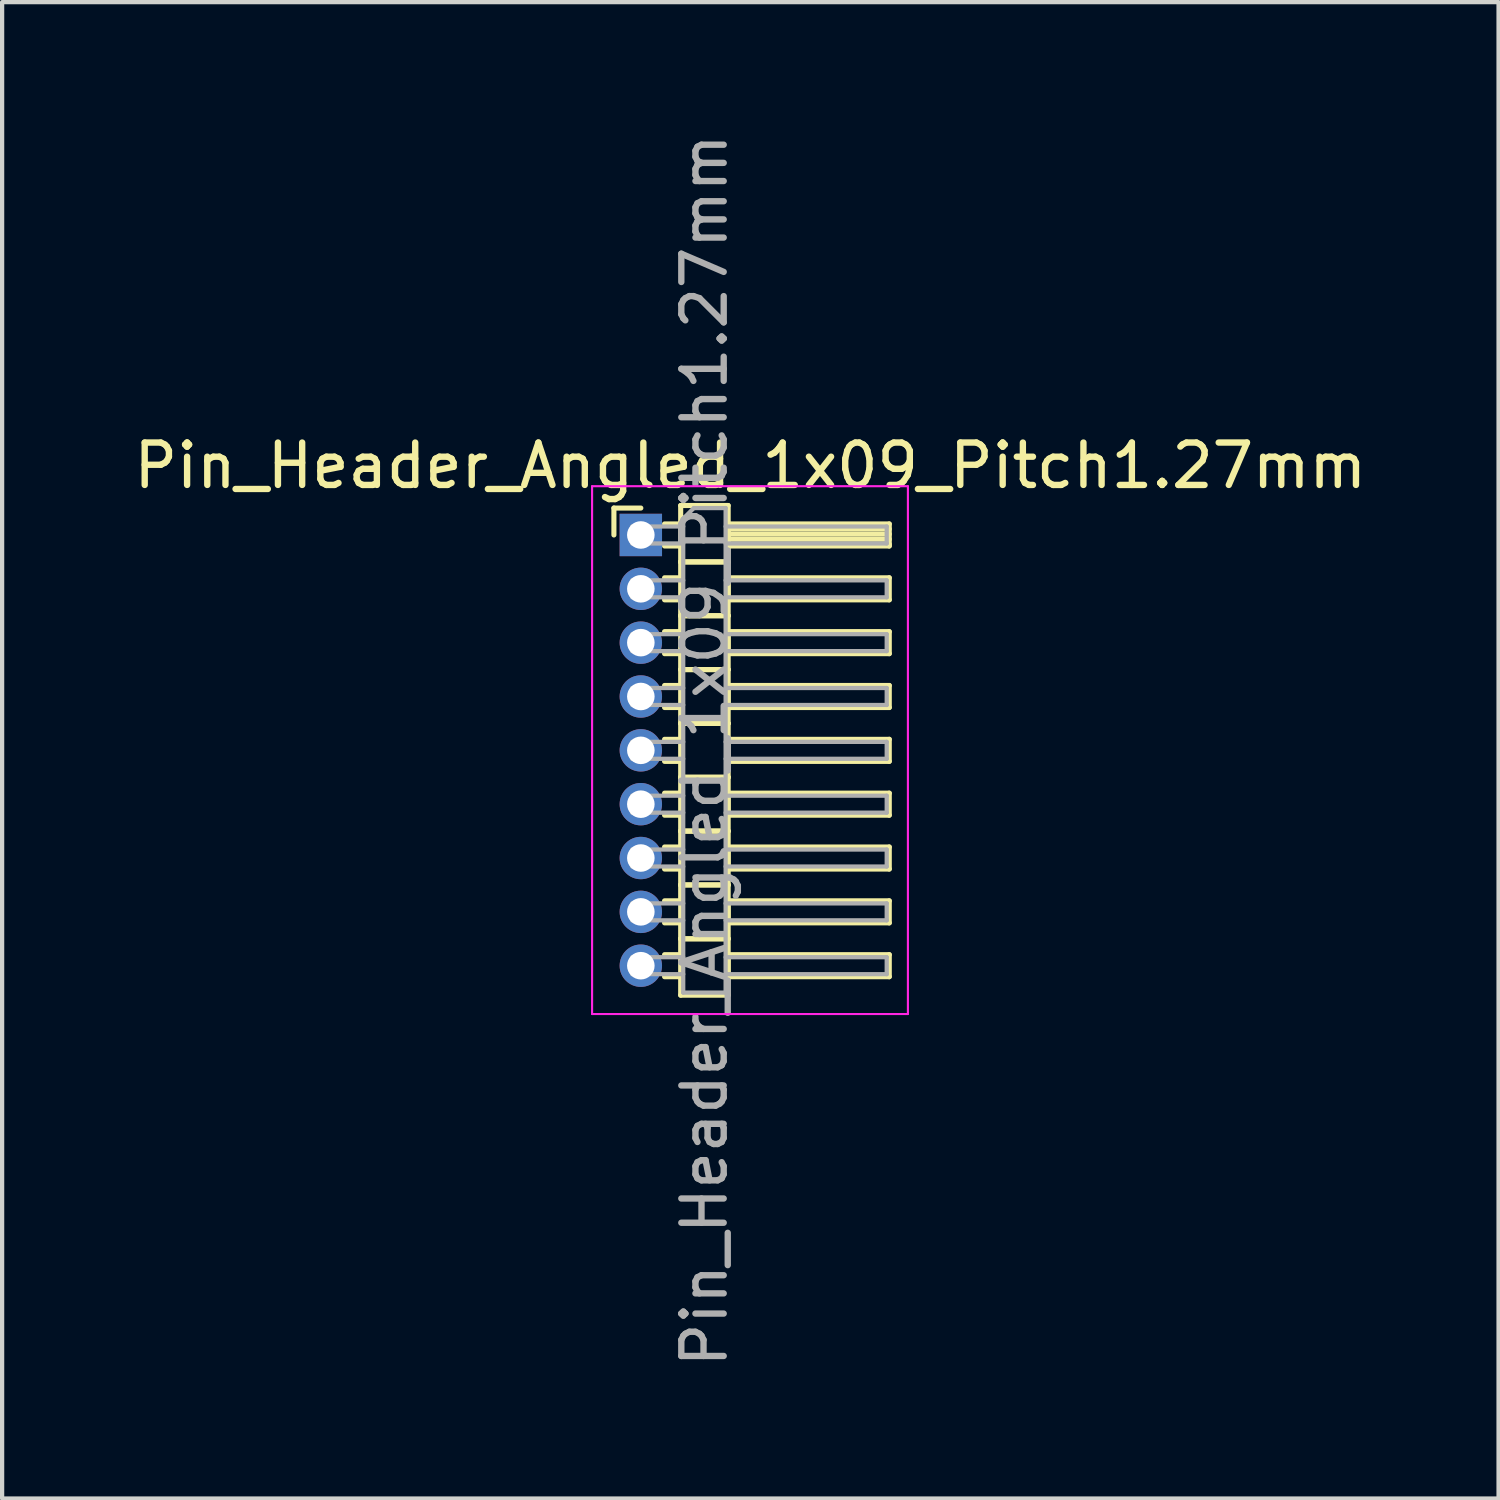
<source format=kicad_pcb>
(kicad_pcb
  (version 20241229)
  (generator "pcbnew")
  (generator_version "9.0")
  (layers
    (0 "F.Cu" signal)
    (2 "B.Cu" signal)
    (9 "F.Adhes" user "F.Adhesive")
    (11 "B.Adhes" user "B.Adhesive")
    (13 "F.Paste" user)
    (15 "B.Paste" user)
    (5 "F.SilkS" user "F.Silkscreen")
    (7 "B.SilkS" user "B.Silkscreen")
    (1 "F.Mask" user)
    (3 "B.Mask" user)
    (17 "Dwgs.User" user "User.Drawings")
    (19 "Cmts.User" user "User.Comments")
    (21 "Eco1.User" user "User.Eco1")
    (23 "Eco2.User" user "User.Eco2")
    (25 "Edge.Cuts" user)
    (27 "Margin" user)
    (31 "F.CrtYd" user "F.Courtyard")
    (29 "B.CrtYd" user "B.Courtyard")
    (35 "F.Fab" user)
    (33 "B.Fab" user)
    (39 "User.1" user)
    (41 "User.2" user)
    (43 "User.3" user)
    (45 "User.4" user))
  (footprint "Pin_Header_Angled_1x09_Pitch1.27mm"
    (layer "F.Cu")
    (at 12.066 9.569)
    (property "Reference" "Pin_Header_Angled_1x09_Pitch1.27mm" (at 2.583 -1.635 0) (layer "F.SilkS") (effects (font (size 1 1) (thickness 0.15))))
    (attr through_hole)
    (fp_line (start -0.635 -0.635) (end 0 -0.635) (stroke (width 0.12) (type solid)) (layer "F.SilkS"))
    (fp_line (start -0.635 0) (end -0.635 -0.635) (stroke (width 0.12) (type solid)) (layer "F.SilkS"))
    (fp_line (start 0.56 -0.26) (end 0.94 -0.26) (stroke (width 0.12) (type solid)) (layer "F.SilkS"))
    (fp_line (start 0.56 0.26) (end 0.94 0.26) (stroke (width 0.12) (type solid)) (layer "F.SilkS"))
    (fp_line (start 0.56 1.01) (end 0.94 1.01) (stroke (width 0.12) (type solid)) (layer "F.SilkS"))
    (fp_line (start 0.56 1.53) (end 0.94 1.53) (stroke (width 0.12) (type solid)) (layer "F.SilkS"))
    (fp_line (start 0.56 2.28) (end 0.94 2.28) (stroke (width 0.12) (type solid)) (layer "F.SilkS"))
    (fp_line (start 0.56 2.8) (end 0.94 2.8) (stroke (width 0.12) (type solid)) (layer "F.SilkS"))
    (fp_line (start 0.56 3.55) (end 0.94 3.55) (stroke (width 0.12) (type solid)) (layer "F.SilkS"))
    (fp_line (start 0.56 4.07) (end 0.94 4.07) (stroke (width 0.12) (type solid)) (layer "F.SilkS"))
    (fp_line (start 0.56 4.82) (end 0.94 4.82) (stroke (width 0.12) (type solid)) (layer "F.SilkS"))
    (fp_line (start 0.56 5.34) (end 0.94 5.34) (stroke (width 0.12) (type solid)) (layer "F.SilkS"))
    (fp_line (start 0.56 6.09) (end 0.94 6.09) (stroke (width 0.12) (type solid)) (layer "F.SilkS"))
    (fp_line (start 0.56 6.61) (end 0.94 6.61) (stroke (width 0.12) (type solid)) (layer "F.SilkS"))
    (fp_line (start 0.56 7.36) (end 0.94 7.36) (stroke (width 0.12) (type solid)) (layer "F.SilkS"))
    (fp_line (start 0.56 7.88) (end 0.94 7.88) (stroke (width 0.12) (type solid)) (layer "F.SilkS"))
    (fp_line (start 0.56 8.63) (end 0.94 8.63) (stroke (width 0.12) (type solid)) (layer "F.SilkS"))
    (fp_line (start 0.56 9.15) (end 0.94 9.15) (stroke (width 0.12) (type solid)) (layer "F.SilkS"))
    (fp_line (start 0.56 9.9) (end 0.94 9.9) (stroke (width 0.12) (type solid)) (layer "F.SilkS"))
    (fp_line (start 0.56 10.42) (end 0.94 10.42) (stroke (width 0.12) (type solid)) (layer "F.SilkS"))
    (fp_line (start 0.94 -0.695) (end 0.94 0.635) (stroke (width 0.12) (type solid)) (layer "F.SilkS"))
    (fp_line (start 0.94 0.635) (end 0.94 1.905) (stroke (width 0.12) (type solid)) (layer "F.SilkS"))
    (fp_line (start 0.94 0.635) (end 2.06 0.635) (stroke (width 0.12) (type solid)) (layer "F.SilkS"))
    (fp_line (start 0.94 1.905) (end 0.94 3.175) (stroke (width 0.12) (type solid)) (layer "F.SilkS"))
    (fp_line (start 0.94 1.905) (end 2.06 1.905) (stroke (width 0.12) (type solid)) (layer "F.SilkS"))
    (fp_line (start 0.94 3.175) (end 0.94 4.445) (stroke (width 0.12) (type solid)) (layer "F.SilkS"))
    (fp_line (start 0.94 3.175) (end 2.06 3.175) (stroke (width 0.12) (type solid)) (layer "F.SilkS"))
    (fp_line (start 0.94 4.445) (end 0.94 5.715) (stroke (width 0.12) (type solid)) (layer "F.SilkS"))
    (fp_line (start 0.94 4.445) (end 2.06 4.445) (stroke (width 0.12) (type solid)) (layer "F.SilkS"))
    (fp_line (start 0.94 5.715) (end 0.94 6.985) (stroke (width 0.12) (type solid)) (layer "F.SilkS"))
    (fp_line (start 0.94 5.715) (end 2.06 5.715) (stroke (width 0.12) (type solid)) (layer "F.SilkS"))
    (fp_line (start 0.94 6.985) (end 0.94 8.255) (stroke (width 0.12) (type solid)) (layer "F.SilkS"))
    (fp_line (start 0.94 6.985) (end 2.06 6.985) (stroke (width 0.12) (type solid)) (layer "F.SilkS"))
    (fp_line (start 0.94 8.255) (end 0.94 9.525) (stroke (width 0.12) (type solid)) (layer "F.SilkS"))
    (fp_line (start 0.94 8.255) (end 2.06 8.255) (stroke (width 0.12) (type solid)) (layer "F.SilkS"))
    (fp_line (start 0.94 9.525) (end 0.94 10.855) (stroke (width 0.12) (type solid)) (layer "F.SilkS"))
    (fp_line (start 0.94 9.525) (end 2.06 9.525) (stroke (width 0.12) (type solid)) (layer "F.SilkS"))
    (fp_line (start 0.94 10.855) (end 2.06 10.855) (stroke (width 0.12) (type solid)) (layer "F.SilkS"))
    (fp_line (start 2.06 -0.695) (end 0.94 -0.695) (stroke (width 0.12) (type solid)) (layer "F.SilkS"))
    (fp_line (start 2.06 -0.26) (end 2.06 0.26) (stroke (width 0.12) (type solid)) (layer "F.SilkS"))
    (fp_line (start 2.06 -0.14) (end 5.86 -0.14) (stroke (width 0.12) (type solid)) (layer "F.SilkS"))
    (fp_line (start 2.06 -0.02) (end 5.86 -0.02) (stroke (width 0.12) (type solid)) (layer "F.SilkS"))
    (fp_line (start 2.06 0.1) (end 5.86 0.1) (stroke (width 0.12) (type solid)) (layer "F.SilkS"))
    (fp_line (start 2.06 0.22) (end 5.86 0.22) (stroke (width 0.12) (type solid)) (layer "F.SilkS"))
    (fp_line (start 2.06 0.26) (end 5.86 0.26) (stroke (width 0.12) (type solid)) (layer "F.SilkS"))
    (fp_line (start 2.06 0.635) (end 0.94 0.635) (stroke (width 0.12) (type solid)) (layer "F.SilkS"))
    (fp_line (start 2.06 0.635) (end 2.06 -0.695) (stroke (width 0.12) (type solid)) (layer "F.SilkS"))
    (fp_line (start 2.06 1.01) (end 2.06 1.53) (stroke (width 0.12) (type solid)) (layer "F.SilkS"))
    (fp_line (start 2.06 1.53) (end 5.86 1.53) (stroke (width 0.12) (type solid)) (layer "F.SilkS"))
    (fp_line (start 2.06 1.905) (end 0.94 1.905) (stroke (width 0.12) (type solid)) (layer "F.SilkS"))
    (fp_line (start 2.06 1.905) (end 2.06 0.635) (stroke (width 0.12) (type solid)) (layer "F.SilkS"))
    (fp_line (start 2.06 2.28) (end 2.06 2.8) (stroke (width 0.12) (type solid)) (layer "F.SilkS"))
    (fp_line (start 2.06 2.8) (end 5.86 2.8) (stroke (width 0.12) (type solid)) (layer "F.SilkS"))
    (fp_line (start 2.06 3.175) (end 0.94 3.175) (stroke (width 0.12) (type solid)) (layer "F.SilkS"))
    (fp_line (start 2.06 3.175) (end 2.06 1.905) (stroke (width 0.12) (type solid)) (layer "F.SilkS"))
    (fp_line (start 2.06 3.55) (end 2.06 4.07) (stroke (width 0.12) (type solid)) (layer "F.SilkS"))
    (fp_line (start 2.06 4.07) (end 5.86 4.07) (stroke (width 0.12) (type solid)) (layer "F.SilkS"))
    (fp_line (start 2.06 4.445) (end 0.94 4.445) (stroke (width 0.12) (type solid)) (layer "F.SilkS"))
    (fp_line (start 2.06 4.445) (end 2.06 3.175) (stroke (width 0.12) (type solid)) (layer "F.SilkS"))
    (fp_line (start 2.06 4.82) (end 2.06 5.34) (stroke (width 0.12) (type solid)) (layer "F.SilkS"))
    (fp_line (start 2.06 5.34) (end 5.86 5.34) (stroke (width 0.12) (type solid)) (layer "F.SilkS"))
    (fp_line (start 2.06 5.715) (end 0.94 5.715) (stroke (width 0.12) (type solid)) (layer "F.SilkS"))
    (fp_line (start 2.06 5.715) (end 2.06 4.445) (stroke (width 0.12) (type solid)) (layer "F.SilkS"))
    (fp_line (start 2.06 6.09) (end 2.06 6.61) (stroke (width 0.12) (type solid)) (layer "F.SilkS"))
    (fp_line (start 2.06 6.61) (end 5.86 6.61) (stroke (width 0.12) (type solid)) (layer "F.SilkS"))
    (fp_line (start 2.06 6.985) (end 0.94 6.985) (stroke (width 0.12) (type solid)) (layer "F.SilkS"))
    (fp_line (start 2.06 6.985) (end 2.06 5.715) (stroke (width 0.12) (type solid)) (layer "F.SilkS"))
    (fp_line (start 2.06 7.36) (end 2.06 7.88) (stroke (width 0.12) (type solid)) (layer "F.SilkS"))
    (fp_line (start 2.06 7.88) (end 5.86 7.88) (stroke (width 0.12) (type solid)) (layer "F.SilkS"))
    (fp_line (start 2.06 8.255) (end 0.94 8.255) (stroke (width 0.12) (type solid)) (layer "F.SilkS"))
    (fp_line (start 2.06 8.255) (end 2.06 6.985) (stroke (width 0.12) (type solid)) (layer "F.SilkS"))
    (fp_line (start 2.06 8.63) (end 2.06 9.15) (stroke (width 0.12) (type solid)) (layer "F.SilkS"))
    (fp_line (start 2.06 9.15) (end 5.86 9.15) (stroke (width 0.12) (type solid)) (layer "F.SilkS"))
    (fp_line (start 2.06 9.525) (end 0.94 9.525) (stroke (width 0.12) (type solid)) (layer "F.SilkS"))
    (fp_line (start 2.06 9.525) (end 2.06 8.255) (stroke (width 0.12) (type solid)) (layer "F.SilkS"))
    (fp_line (start 2.06 9.9) (end 2.06 10.42) (stroke (width 0.12) (type solid)) (layer "F.SilkS"))
    (fp_line (start 2.06 10.42) (end 5.86 10.42) (stroke (width 0.12) (type solid)) (layer "F.SilkS"))
    (fp_line (start 2.06 10.855) (end 2.06 9.525) (stroke (width 0.12) (type solid)) (layer "F.SilkS"))
    (fp_line (start 5.86 -0.26) (end 2.06 -0.26) (stroke (width 0.12) (type solid)) (layer "F.SilkS"))
    (fp_line (start 5.86 0.26) (end 5.86 -0.26) (stroke (width 0.12) (type solid)) (layer "F.SilkS"))
    (fp_line (start 5.86 1.01) (end 2.06 1.01) (stroke (width 0.12) (type solid)) (layer "F.SilkS"))
    (fp_line (start 5.86 1.53) (end 5.86 1.01) (stroke (width 0.12) (type solid)) (layer "F.SilkS"))
    (fp_line (start 5.86 2.28) (end 2.06 2.28) (stroke (width 0.12) (type solid)) (layer "F.SilkS"))
    (fp_line (start 5.86 2.8) (end 5.86 2.28) (stroke (width 0.12) (type solid)) (layer "F.SilkS"))
    (fp_line (start 5.86 3.55) (end 2.06 3.55) (stroke (width 0.12) (type solid)) (layer "F.SilkS"))
    (fp_line (start 5.86 4.07) (end 5.86 3.55) (stroke (width 0.12) (type solid)) (layer "F.SilkS"))
    (fp_line (start 5.86 4.82) (end 2.06 4.82) (stroke (width 0.12) (type solid)) (layer "F.SilkS"))
    (fp_line (start 5.86 5.34) (end 5.86 4.82) (stroke (width 0.12) (type solid)) (layer "F.SilkS"))
    (fp_line (start 5.86 6.09) (end 2.06 6.09) (stroke (width 0.12) (type solid)) (layer "F.SilkS"))
    (fp_line (start 5.86 6.61) (end 5.86 6.09) (stroke (width 0.12) (type solid)) (layer "F.SilkS"))
    (fp_line (start 5.86 7.36) (end 2.06 7.36) (stroke (width 0.12) (type solid)) (layer "F.SilkS"))
    (fp_line (start 5.86 7.88) (end 5.86 7.36) (stroke (width 0.12) (type solid)) (layer "F.SilkS"))
    (fp_line (start 5.86 8.63) (end 2.06 8.63) (stroke (width 0.12) (type solid)) (layer "F.SilkS"))
    (fp_line (start 5.86 9.15) (end 5.86 8.63) (stroke (width 0.12) (type solid)) (layer "F.SilkS"))
    (fp_line (start 5.86 9.9) (end 2.06 9.9) (stroke (width 0.12) (type solid)) (layer "F.SilkS"))
    (fp_line (start 5.86 10.42) (end 5.86 9.9) (stroke (width 0.12) (type solid)) (layer "F.SilkS"))
    (fp_line (start -1.15 -1.15) (end -1.15 11.3) (stroke (width 0.05) (type solid)) (layer "F.CrtYd"))
    (fp_line (start -1.15 11.3) (end 6.3 11.3) (stroke (width 0.05) (type solid)) (layer "F.CrtYd"))
    (fp_line (start 6.3 -1.15) (end -1.15 -1.15) (stroke (width 0.05) (type solid)) (layer "F.CrtYd"))
    (fp_line (start 6.3 11.3) (end 6.3 -1.15) (stroke (width 0.05) (type solid)) (layer "F.CrtYd"))
    (fp_line (start -0.2 -0.2) (end -0.2 0.2) (stroke (width 0.1) (type solid)) (layer "F.Fab"))
    (fp_line (start -0.2 -0.2) (end 1 -0.2) (stroke (width 0.1) (type solid)) (layer "F.Fab"))
    (fp_line (start -0.2 0.2) (end 1 0.2) (stroke (width 0.1) (type solid)) (layer "F.Fab"))
    (fp_line (start -0.2 1.07) (end -0.2 1.47) (stroke (width 0.1) (type solid)) (layer "F.Fab"))
    (fp_line (start -0.2 1.07) (end 1 1.07) (stroke (width 0.1) (type solid)) (layer "F.Fab"))
    (fp_line (start -0.2 1.47) (end 1 1.47) (stroke (width 0.1) (type solid)) (layer "F.Fab"))
    (fp_line (start -0.2 2.34) (end -0.2 2.74) (stroke (width 0.1) (type solid)) (layer "F.Fab"))
    (fp_line (start -0.2 2.34) (end 1 2.34) (stroke (width 0.1) (type solid)) (layer "F.Fab"))
    (fp_line (start -0.2 2.74) (end 1 2.74) (stroke (width 0.1) (type solid)) (layer "F.Fab"))
    (fp_line (start -0.2 3.61) (end -0.2 4.01) (stroke (width 0.1) (type solid)) (layer "F.Fab"))
    (fp_line (start -0.2 3.61) (end 1 3.61) (stroke (width 0.1) (type solid)) (layer "F.Fab"))
    (fp_line (start -0.2 4.01) (end 1 4.01) (stroke (width 0.1) (type solid)) (layer "F.Fab"))
    (fp_line (start -0.2 4.88) (end -0.2 5.28) (stroke (width 0.1) (type solid)) (layer "F.Fab"))
    (fp_line (start -0.2 4.88) (end 1 4.88) (stroke (width 0.1) (type solid)) (layer "F.Fab"))
    (fp_line (start -0.2 5.28) (end 1 5.28) (stroke (width 0.1) (type solid)) (layer "F.Fab"))
    (fp_line (start -0.2 6.15) (end -0.2 6.55) (stroke (width 0.1) (type solid)) (layer "F.Fab"))
    (fp_line (start -0.2 6.15) (end 1 6.15) (stroke (width 0.1) (type solid)) (layer "F.Fab"))
    (fp_line (start -0.2 6.55) (end 1 6.55) (stroke (width 0.1) (type solid)) (layer "F.Fab"))
    (fp_line (start -0.2 7.42) (end -0.2 7.82) (stroke (width 0.1) (type solid)) (layer "F.Fab"))
    (fp_line (start -0.2 7.42) (end 1 7.42) (stroke (width 0.1) (type solid)) (layer "F.Fab"))
    (fp_line (start -0.2 7.82) (end 1 7.82) (stroke (width 0.1) (type solid)) (layer "F.Fab"))
    (fp_line (start -0.2 8.69) (end -0.2 9.09) (stroke (width 0.1) (type solid)) (layer "F.Fab"))
    (fp_line (start -0.2 8.69) (end 1 8.69) (stroke (width 0.1) (type solid)) (layer "F.Fab"))
    (fp_line (start -0.2 9.09) (end 1 9.09) (stroke (width 0.1) (type solid)) (layer "F.Fab"))
    (fp_line (start -0.2 9.96) (end -0.2 10.36) (stroke (width 0.1) (type solid)) (layer "F.Fab"))
    (fp_line (start -0.2 9.96) (end 1 9.96) (stroke (width 0.1) (type solid)) (layer "F.Fab"))
    (fp_line (start -0.2 10.36) (end 1 10.36) (stroke (width 0.1) (type solid)) (layer "F.Fab"))
    (fp_line (start 1 -0.385) (end 1.25 -0.635) (stroke (width 0.1) (type solid)) (layer "F.Fab"))
    (fp_line (start 1 10.795) (end 1 -0.385) (stroke (width 0.1) (type solid)) (layer "F.Fab"))
    (fp_line (start 1.25 -0.635) (end 2 -0.635) (stroke (width 0.1) (type solid)) (layer "F.Fab"))
    (fp_line (start 2 -0.635) (end 2 10.795) (stroke (width 0.1) (type solid)) (layer "F.Fab"))
    (fp_line (start 2 -0.2) (end 5.8 -0.2) (stroke (width 0.1) (type solid)) (layer "F.Fab"))
    (fp_line (start 2 0.2) (end 5.8 0.2) (stroke (width 0.1) (type solid)) (layer "F.Fab"))
    (fp_line (start 2 1.07) (end 5.8 1.07) (stroke (width 0.1) (type solid)) (layer "F.Fab"))
    (fp_line (start 2 1.47) (end 5.8 1.47) (stroke (width 0.1) (type solid)) (layer "F.Fab"))
    (fp_line (start 2 2.34) (end 5.8 2.34) (stroke (width 0.1) (type solid)) (layer "F.Fab"))
    (fp_line (start 2 2.74) (end 5.8 2.74) (stroke (width 0.1) (type solid)) (layer "F.Fab"))
    (fp_line (start 2 3.61) (end 5.8 3.61) (stroke (width 0.1) (type solid)) (layer "F.Fab"))
    (fp_line (start 2 4.01) (end 5.8 4.01) (stroke (width 0.1) (type solid)) (layer "F.Fab"))
    (fp_line (start 2 4.88) (end 5.8 4.88) (stroke (width 0.1) (type solid)) (layer "F.Fab"))
    (fp_line (start 2 5.28) (end 5.8 5.28) (stroke (width 0.1) (type solid)) (layer "F.Fab"))
    (fp_line (start 2 6.15) (end 5.8 6.15) (stroke (width 0.1) (type solid)) (layer "F.Fab"))
    (fp_line (start 2 6.55) (end 5.8 6.55) (stroke (width 0.1) (type solid)) (layer "F.Fab"))
    (fp_line (start 2 7.42) (end 5.8 7.42) (stroke (width 0.1) (type solid)) (layer "F.Fab"))
    (fp_line (start 2 7.82) (end 5.8 7.82) (stroke (width 0.1) (type solid)) (layer "F.Fab"))
    (fp_line (start 2 8.69) (end 5.8 8.69) (stroke (width 0.1) (type solid)) (layer "F.Fab"))
    (fp_line (start 2 9.09) (end 5.8 9.09) (stroke (width 0.1) (type solid)) (layer "F.Fab"))
    (fp_line (start 2 9.96) (end 5.8 9.96) (stroke (width 0.1) (type solid)) (layer "F.Fab"))
    (fp_line (start 2 10.36) (end 5.8 10.36) (stroke (width 0.1) (type solid)) (layer "F.Fab"))
    (fp_line (start 2 10.795) (end 1 10.795) (stroke (width 0.1) (type solid)) (layer "F.Fab"))
    (fp_line (start 5.8 -0.2) (end 5.8 0.2) (stroke (width 0.1) (type solid)) (layer "F.Fab"))
    (fp_line (start 5.8 1.07) (end 5.8 1.47) (stroke (width 0.1) (type solid)) (layer "F.Fab"))
    (fp_line (start 5.8 2.34) (end 5.8 2.74) (stroke (width 0.1) (type solid)) (layer "F.Fab"))
    (fp_line (start 5.8 3.61) (end 5.8 4.01) (stroke (width 0.1) (type solid)) (layer "F.Fab"))
    (fp_line (start 5.8 4.88) (end 5.8 5.28) (stroke (width 0.1) (type solid)) (layer "F.Fab"))
    (fp_line (start 5.8 6.15) (end 5.8 6.55) (stroke (width 0.1) (type solid)) (layer "F.Fab"))
    (fp_line (start 5.8 7.42) (end 5.8 7.82) (stroke (width 0.1) (type solid)) (layer "F.Fab"))
    (fp_line (start 5.8 8.69) (end 5.8 9.09) (stroke (width 0.1) (type solid)) (layer "F.Fab"))
    (fp_line (start 5.8 9.96) (end 5.8 10.36) (stroke (width 0.1) (type solid)) (layer "F.Fab"))
    (fp_text user "${REFERENCE}" (at 1.5 5.08 90) (layer "F.Fab") (effects (font (size 1 1) (thickness 0.15))))
    (pad "1" thru_hole rect (at 0 0) (size 1 1) (drill 0.65) (layers "*.Cu" "*.Mask"))
    (pad "2" thru_hole oval (at 0 1.27) (size 1 1) (drill 0.65) (layers "*.Cu" "*.Mask"))
    (pad "3" thru_hole oval (at 0 2.54) (size 1 1) (drill 0.65) (layers "*.Cu" "*.Mask"))
    (pad "4" thru_hole oval (at 0 3.81) (size 1 1) (drill 0.65) (layers "*.Cu" "*.Mask"))
    (pad "5" thru_hole oval (at 0 5.08) (size 1 1) (drill 0.65) (layers "*.Cu" "*.Mask"))
    (pad "6" thru_hole oval (at 0 6.35) (size 1 1) (drill 0.65) (layers "*.Cu" "*.Mask"))
    (pad "7" thru_hole oval (at 0 7.62) (size 1 1) (drill 0.65) (layers "*.Cu" "*.Mask"))
    (pad "8" thru_hole oval (at 0 8.89) (size 1 1) (drill 0.65) (layers "*.Cu" "*.Mask"))
    (pad "9" thru_hole oval (at 0 10.16) (size 1 1) (drill 0.65) (layers "*.Cu" "*.Mask")))
  (gr_rect
    (start -3 -3)
    (end 32.298 32.298)
    (stroke (width 0.1) (type default))
    (fill no)
    (layer "Edge.Cuts")))
</source>
